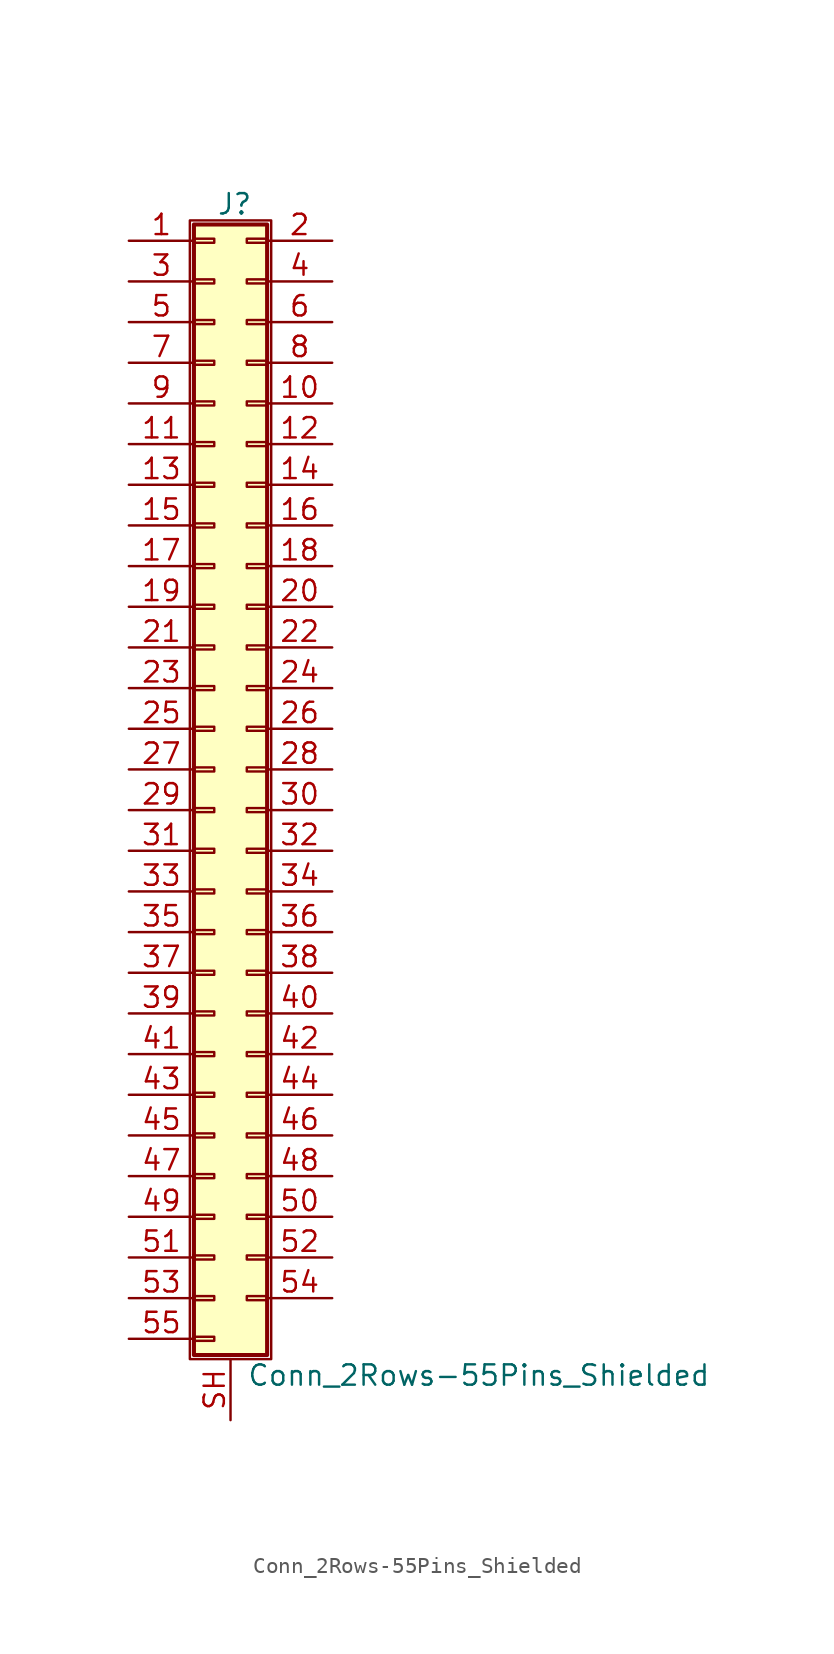
<source format=kicad_sym>
(kicad_symbol_lib
  (version 20201005)
  (generator kicad_symbol_editor)
  (symbol "Conn_2Rows-55Pins_Shielded"
    (pin_names
      (offset 1.016) hide)
    (property "Reference" "J"
      (at 1.524 35.306 0)
      (effects (font (size 1.27 1.27))))
    (property "Value" "Conn_2Rows-55Pins_Shielded"
      (at 2.286 -37.846 0)
      (effects (font (size 1.27 1.27)) (justify left)))
    (symbol "Conn_2Rows-55Pins_Shielded_1_1"
      (rectangle (start -1.27 34.29) (end 3.81 -36.83) (stroke (width 0.152)) (fill (type none)))
      (rectangle (start -1.016 -35.433) (end 0.254 -35.687) (stroke (width 0.152)) (fill (type none)))
      (rectangle (start -1.016 -32.893) (end 0.254 -33.147) (stroke (width 0.152)) (fill (type none)))
      (rectangle (start -1.016 -30.353) (end 0.254 -30.607) (stroke (width 0.152)) (fill (type none)))
      (rectangle (start -1.016 -27.813) (end 0.254 -28.067) (stroke (width 0.152)) (fill (type none)))
      (rectangle (start -1.016 -25.273) (end 0.254 -25.527) (stroke (width 0.152)) (fill (type none)))
      (rectangle (start -1.016 -22.733) (end 0.254 -22.987) (stroke (width 0.152)) (fill (type none)))
      (rectangle (start -1.016 -20.193) (end 0.254 -20.447) (stroke (width 0.152)) (fill (type none)))
      (rectangle (start -1.016 -17.653) (end 0.254 -17.907) (stroke (width 0.152)) (fill (type none)))
      (rectangle (start -1.016 -15.113) (end 0.254 -15.367) (stroke (width 0.152)) (fill (type none)))
      (rectangle (start -1.016 -12.573) (end 0.254 -12.827) (stroke (width 0.152)) (fill (type none)))
      (rectangle (start -1.016 -10.033) (end 0.254 -10.287) (stroke (width 0.152)) (fill (type none)))
      (rectangle (start -1.016 -7.493) (end 0.254 -7.747) (stroke (width 0.152)) (fill (type none)))
      (rectangle (start -1.016 -4.953) (end 0.254 -5.207) (stroke (width 0.152)) (fill (type none)))
      (rectangle (start -1.016 -2.413) (end 0.254 -2.667) (stroke (width 0.152)) (fill (type none)))
      (rectangle (start -1.016 0.127) (end 0.254 -0.127) (stroke (width 0.152)) (fill (type none)))
      (rectangle (start -1.016 2.667) (end 0.254 2.413) (stroke (width 0.152)) (fill (type none)))
      (rectangle (start -1.016 5.207) (end 0.254 4.953) (stroke (width 0.152)) (fill (type none)))
      (rectangle (start -1.016 7.747) (end 0.254 7.493) (stroke (width 0.152)) (fill (type none)))
      (rectangle (start -1.016 10.287) (end 0.254 10.033) (stroke (width 0.152)) (fill (type none)))
      (rectangle (start -1.016 12.827) (end 0.254 12.573) (stroke (width 0.152)) (fill (type none)))
      (rectangle (start -1.016 15.367) (end 0.254 15.113) (stroke (width 0.152)) (fill (type none)))
      (rectangle (start -1.016 17.907) (end 0.254 17.653) (stroke (width 0.152)) (fill (type none)))
      (rectangle (start -1.016 20.447) (end 0.254 20.193) (stroke (width 0.152)) (fill (type none)))
      (rectangle (start -1.016 22.987) (end 0.254 22.733) (stroke (width 0.152)) (fill (type none)))
      (rectangle (start -1.016 25.527) (end 0.254 25.273) (stroke (width 0.152)) (fill (type none)))
      (rectangle (start -1.016 28.067) (end 0.254 27.813) (stroke (width 0.152)) (fill (type none)))
      (rectangle (start -1.016 30.607) (end 0.254 30.353) (stroke (width 0.152)) (fill (type none)))
      (rectangle (start -1.016 33.147) (end 0.254 32.893) (stroke (width 0.152)) (fill (type none)))
      (rectangle (start 3.556 -32.893) (end 2.286 -33.147) (stroke (width 0.152)) (fill (type none)))
      (rectangle (start 3.556 -30.353) (end 2.286 -30.607) (stroke (width 0.152)) (fill (type none)))
      (rectangle (start 3.556 -27.813) (end 2.286 -28.067) (stroke (width 0.152)) (fill (type none)))
      (rectangle (start 3.556 -25.273) (end 2.286 -25.527) (stroke (width 0.152)) (fill (type none)))
      (rectangle (start 3.556 -22.733) (end 2.286 -22.987) (stroke (width 0.152)) (fill (type none)))
      (rectangle (start 3.556 -20.193) (end 2.286 -20.447) (stroke (width 0.152)) (fill (type none)))
      (rectangle (start 3.556 -17.653) (end 2.286 -17.907) (stroke (width 0.152)) (fill (type none)))
      (rectangle (start 3.556 -15.113) (end 2.286 -15.367) (stroke (width 0.152)) (fill (type none)))
      (rectangle (start 3.556 -12.573) (end 2.286 -12.827) (stroke (width 0.152)) (fill (type none)))
      (rectangle (start 3.556 -10.033) (end 2.286 -10.287) (stroke (width 0.152)) (fill (type none)))
      (rectangle (start 3.556 -7.493) (end 2.286 -7.747) (stroke (width 0.152)) (fill (type none)))
      (rectangle (start 3.556 -4.953) (end 2.286 -5.207) (stroke (width 0.152)) (fill (type none)))
      (rectangle (start 3.556 -2.413) (end 2.286 -2.667) (stroke (width 0.152)) (fill (type none)))
      (rectangle (start 3.556 0.127) (end 2.286 -0.127) (stroke (width 0.152)) (fill (type none)))
      (rectangle (start 3.556 2.667) (end 2.286 2.413) (stroke (width 0.152)) (fill (type none)))
      (rectangle (start 3.556 5.207) (end 2.286 4.953) (stroke (width 0.152)) (fill (type none)))
      (rectangle (start 3.556 7.747) (end 2.286 7.493) (stroke (width 0.152)) (fill (type none)))
      (rectangle (start 3.556 10.287) (end 2.286 10.033) (stroke (width 0.152)) (fill (type none)))
      (rectangle (start 3.556 12.827) (end 2.286 12.573) (stroke (width 0.152)) (fill (type none)))
      (rectangle (start 3.556 15.367) (end 2.286 15.113) (stroke (width 0.152)) (fill (type none)))
      (rectangle (start 3.556 17.907) (end 2.286 17.653) (stroke (width 0.152)) (fill (type none)))
      (rectangle (start 3.556 20.447) (end 2.286 20.193) (stroke (width 0.152)) (fill (type none)))
      (rectangle (start 3.556 22.987) (end 2.286 22.733) (stroke (width 0.152)) (fill (type none)))
      (rectangle (start 3.556 25.527) (end 2.286 25.273) (stroke (width 0.152)) (fill (type none)))
      (rectangle (start 3.556 28.067) (end 2.286 27.813) (stroke (width 0.152)) (fill (type none)))
      (rectangle (start 3.556 30.607) (end 2.286 30.353) (stroke (width 0.152)) (fill (type none)))
      (rectangle (start 3.556 33.147) (end 2.286 32.893) (stroke (width 0.152)) (fill (type none)))
      (rectangle (start -1.016 34.036) (end 3.556 -36.576) (stroke (width 0.254)) (fill (type background)))
      (pin passive line (at -5.08 33.02 0) (length 4.064) (name "Pin_1" (effects (font (size 1.27 1.27)))) (number "1" (effects (font (size 1.27 1.27)))))
      (pin passive line (at 7.62 22.86 180) (length 4.064) (name "Pin_10" (effects (font (size 1.27 1.27)))) (number "10" (effects (font (size 1.27 1.27)))))
      (pin passive line (at -5.08 20.32 0) (length 4.064) (name "Pin_11" (effects (font (size 1.27 1.27)))) (number "11" (effects (font (size 1.27 1.27)))))
      (pin passive line (at 7.62 20.32 180) (length 4.064) (name "Pin_12" (effects (font (size 1.27 1.27)))) (number "12" (effects (font (size 1.27 1.27)))))
      (pin passive line (at -5.08 17.78 0) (length 4.064) (name "Pin_13" (effects (font (size 1.27 1.27)))) (number "13" (effects (font (size 1.27 1.27)))))
      (pin passive line (at 7.62 17.78 180) (length 4.064) (name "Pin_14" (effects (font (size 1.27 1.27)))) (number "14" (effects (font (size 1.27 1.27)))))
      (pin passive line (at -5.08 15.24 0) (length 4.064) (name "Pin_15" (effects (font (size 1.27 1.27)))) (number "15" (effects (font (size 1.27 1.27)))))
      (pin passive line (at 7.62 15.24 180) (length 4.064) (name "Pin_16" (effects (font (size 1.27 1.27)))) (number "16" (effects (font (size 1.27 1.27)))))
      (pin passive line (at -5.08 12.7 0) (length 4.064) (name "Pin_17" (effects (font (size 1.27 1.27)))) (number "17" (effects (font (size 1.27 1.27)))))
      (pin passive line (at 7.62 12.7 180) (length 4.064) (name "Pin_18" (effects (font (size 1.27 1.27)))) (number "18" (effects (font (size 1.27 1.27)))))
      (pin passive line (at -5.08 10.16 0) (length 4.064) (name "Pin_19" (effects (font (size 1.27 1.27)))) (number "19" (effects (font (size 1.27 1.27)))))
      (pin passive line (at 7.62 33.02 180) (length 4.064) (name "Pin_2" (effects (font (size 1.27 1.27)))) (number "2" (effects (font (size 1.27 1.27)))))
      (pin passive line (at 7.62 10.16 180) (length 4.064) (name "Pin_20" (effects (font (size 1.27 1.27)))) (number "20" (effects (font (size 1.27 1.27)))))
      (pin passive line (at -5.08 7.62 0) (length 4.064) (name "Pin_21" (effects (font (size 1.27 1.27)))) (number "21" (effects (font (size 1.27 1.27)))))
      (pin passive line (at 7.62 7.62 180) (length 4.064) (name "Pin_22" (effects (font (size 1.27 1.27)))) (number "22" (effects (font (size 1.27 1.27)))))
      (pin passive line (at -5.08 5.08 0) (length 4.064) (name "Pin_23" (effects (font (size 1.27 1.27)))) (number "23" (effects (font (size 1.27 1.27)))))
      (pin passive line (at 7.62 5.08 180) (length 4.064) (name "Pin_24" (effects (font (size 1.27 1.27)))) (number "24" (effects (font (size 1.27 1.27)))))
      (pin passive line (at -5.08 2.54 0) (length 4.064) (name "Pin_25" (effects (font (size 1.27 1.27)))) (number "25" (effects (font (size 1.27 1.27)))))
      (pin passive line (at 7.62 2.54 180) (length 4.064) (name "Pin_26" (effects (font (size 1.27 1.27)))) (number "26" (effects (font (size 1.27 1.27)))))
      (pin passive line (at -5.08 0 0) (length 4.064) (name "Pin_27" (effects (font (size 1.27 1.27)))) (number "27" (effects (font (size 1.27 1.27)))))
      (pin passive line (at 7.62 0 180) (length 4.064) (name "Pin_28" (effects (font (size 1.27 1.27)))) (number "28" (effects (font (size 1.27 1.27)))))
      (pin passive line (at -5.08 -2.54 0) (length 4.064) (name "Pin_29" (effects (font (size 1.27 1.27)))) (number "29" (effects (font (size 1.27 1.27)))))
      (pin passive line (at -5.08 30.48 0) (length 4.064) (name "Pin_3" (effects (font (size 1.27 1.27)))) (number "3" (effects (font (size 1.27 1.27)))))
      (pin passive line (at 7.62 -2.54 180) (length 4.064) (name "Pin_30" (effects (font (size 1.27 1.27)))) (number "30" (effects (font (size 1.27 1.27)))))
      (pin passive line (at -5.08 -5.08 0) (length 4.064) (name "Pin_31" (effects (font (size 1.27 1.27)))) (number "31" (effects (font (size 1.27 1.27)))))
      (pin passive line (at 7.62 -5.08 180) (length 4.064) (name "Pin_32" (effects (font (size 1.27 1.27)))) (number "32" (effects (font (size 1.27 1.27)))))
      (pin passive line (at -5.08 -7.62 0) (length 4.064) (name "Pin_33" (effects (font (size 1.27 1.27)))) (number "33" (effects (font (size 1.27 1.27)))))
      (pin passive line (at 7.62 -7.62 180) (length 4.064) (name "Pin_34" (effects (font (size 1.27 1.27)))) (number "34" (effects (font (size 1.27 1.27)))))
      (pin passive line (at -5.08 -10.16 0) (length 4.064) (name "Pin_35" (effects (font (size 1.27 1.27)))) (number "35" (effects (font (size 1.27 1.27)))))
      (pin passive line (at 7.62 -10.16 180) (length 4.064) (name "Pin_36" (effects (font (size 1.27 1.27)))) (number "36" (effects (font (size 1.27 1.27)))))
      (pin passive line (at -5.08 -12.7 0) (length 4.064) (name "Pin_37" (effects (font (size 1.27 1.27)))) (number "37" (effects (font (size 1.27 1.27)))))
      (pin passive line (at 7.62 -12.7 180) (length 4.064) (name "Pin_38" (effects (font (size 1.27 1.27)))) (number "38" (effects (font (size 1.27 1.27)))))
      (pin passive line (at -5.08 -15.24 0) (length 4.064) (name "Pin_39" (effects (font (size 1.27 1.27)))) (number "39" (effects (font (size 1.27 1.27)))))
      (pin passive line (at 7.62 30.48 180) (length 4.064) (name "Pin_4" (effects (font (size 1.27 1.27)))) (number "4" (effects (font (size 1.27 1.27)))))
      (pin passive line (at 7.62 -15.24 180) (length 4.064) (name "Pin_40" (effects (font (size 1.27 1.27)))) (number "40" (effects (font (size 1.27 1.27)))))
      (pin passive line (at -5.08 -17.78 0) (length 4.064) (name "Pin_41" (effects (font (size 1.27 1.27)))) (number "41" (effects (font (size 1.27 1.27)))))
      (pin passive line (at 7.62 -17.78 180) (length 4.064) (name "Pin_42" (effects (font (size 1.27 1.27)))) (number "42" (effects (font (size 1.27 1.27)))))
      (pin passive line (at -5.08 -20.32 0) (length 4.064) (name "Pin_43" (effects (font (size 1.27 1.27)))) (number "43" (effects (font (size 1.27 1.27)))))
      (pin passive line (at 7.62 -20.32 180) (length 4.064) (name "Pin_44" (effects (font (size 1.27 1.27)))) (number "44" (effects (font (size 1.27 1.27)))))
      (pin passive line (at -5.08 -22.86 0) (length 4.064) (name "Pin_45" (effects (font (size 1.27 1.27)))) (number "45" (effects (font (size 1.27 1.27)))))
      (pin passive line (at 7.62 -22.86 180) (length 4.064) (name "Pin_46" (effects (font (size 1.27 1.27)))) (number "46" (effects (font (size 1.27 1.27)))))
      (pin passive line (at -5.08 -25.4 0) (length 4.064) (name "Pin_47" (effects (font (size 1.27 1.27)))) (number "47" (effects (font (size 1.27 1.27)))))
      (pin passive line (at 7.62 -25.4 180) (length 4.064) (name "Pin_48" (effects (font (size 1.27 1.27)))) (number "48" (effects (font (size 1.27 1.27)))))
      (pin passive line (at -5.08 -27.94 0) (length 4.064) (name "Pin_49" (effects (font (size 1.27 1.27)))) (number "49" (effects (font (size 1.27 1.27)))))
      (pin passive line (at -5.08 27.94 0) (length 4.064) (name "Pin_5" (effects (font (size 1.27 1.27)))) (number "5" (effects (font (size 1.27 1.27)))))
      (pin passive line (at 7.62 -27.94 180) (length 4.064) (name "Pin_50" (effects (font (size 1.27 1.27)))) (number "50" (effects (font (size 1.27 1.27)))))
      (pin passive line (at -5.08 -30.48 0) (length 4.064) (name "Pin_51" (effects (font (size 1.27 1.27)))) (number "51" (effects (font (size 1.27 1.27)))))
      (pin passive line (at 7.62 -30.48 180) (length 4.064) (name "Pin_52" (effects (font (size 1.27 1.27)))) (number "52" (effects (font (size 1.27 1.27)))))
      (pin passive line (at -5.08 -33.02 0) (length 4.064) (name "Pin_53" (effects (font (size 1.27 1.27)))) (number "53" (effects (font (size 1.27 1.27)))))
      (pin passive line (at 7.62 -33.02 180) (length 4.064) (name "Pin_54" (effects (font (size 1.27 1.27)))) (number "54" (effects (font (size 1.27 1.27)))))
      (pin passive line (at -5.08 -35.56 0) (length 4.064) (name "Pin_55" (effects (font (size 1.27 1.27)))) (number "55" (effects (font (size 1.27 1.27)))))
      (pin passive line (at 7.62 27.94 180) (length 4.064) (name "Pin_6" (effects (font (size 1.27 1.27)))) (number "6" (effects (font (size 1.27 1.27)))))
      (pin passive line (at -5.08 25.4 0) (length 4.064) (name "Pin_7" (effects (font (size 1.27 1.27)))) (number "7" (effects (font (size 1.27 1.27)))))
      (pin passive line (at 7.62 25.4 180) (length 4.064) (name "Pin_8" (effects (font (size 1.27 1.27)))) (number "8" (effects (font (size 1.27 1.27)))))
      (pin passive line (at -5.08 22.86 0) (length 4.064) (name "Pin_9" (effects (font (size 1.27 1.27)))) (number "9" (effects (font (size 1.27 1.27)))))
      (pin passive line (at 1.27 -40.64 90) (length 3.81) (name "Shield" (effects (font (size 1.27 1.27)))) (number "SH" (effects (font (size 1.27 1.27))))))))
</source>
